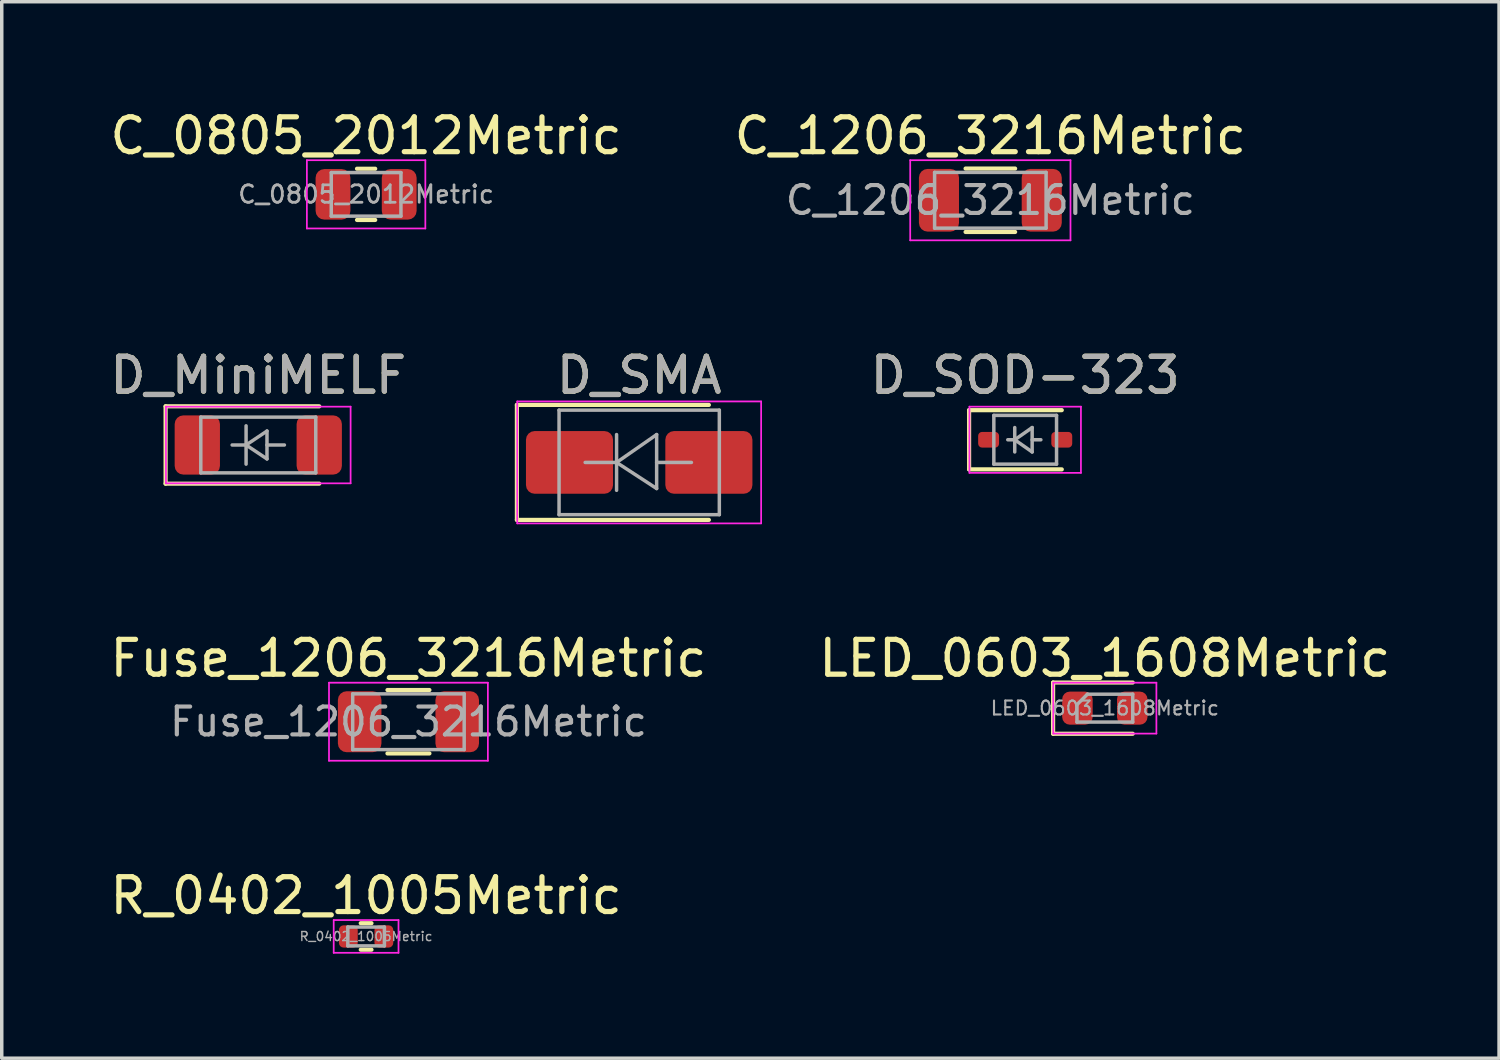
<source format=kicad_pcb>
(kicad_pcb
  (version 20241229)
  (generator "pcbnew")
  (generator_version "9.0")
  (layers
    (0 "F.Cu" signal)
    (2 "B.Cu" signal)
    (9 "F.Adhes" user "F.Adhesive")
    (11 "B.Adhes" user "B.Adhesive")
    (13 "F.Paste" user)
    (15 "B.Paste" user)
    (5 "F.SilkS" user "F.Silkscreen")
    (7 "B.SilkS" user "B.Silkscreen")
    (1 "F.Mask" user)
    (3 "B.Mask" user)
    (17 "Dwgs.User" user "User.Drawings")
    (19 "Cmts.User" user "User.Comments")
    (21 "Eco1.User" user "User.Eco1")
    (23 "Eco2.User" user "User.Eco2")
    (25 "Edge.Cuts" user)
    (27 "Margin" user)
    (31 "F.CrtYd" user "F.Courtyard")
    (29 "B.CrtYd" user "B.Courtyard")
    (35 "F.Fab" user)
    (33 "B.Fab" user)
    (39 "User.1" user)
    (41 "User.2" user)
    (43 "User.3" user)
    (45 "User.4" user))
  (footprint "D_SOD-323"
    (layer "F.Cu")
    (at 26.375 9.572)
    (property "Reference" "D_SOD-323" (at 0 -1.85 0) (layer "F.SilkS") (effects (font (size 1 1) (thickness 0.15))))
    (attr smd)
    (fp_line (start -1.61 -0.85) (end -1.61 0.85) (stroke (width 0.12) (type solid)) (layer "F.SilkS"))
    (fp_line (start -1.61 -0.85) (end 1.05 -0.85) (stroke (width 0.12) (type solid)) (layer "F.SilkS"))
    (fp_line (start -1.61 0.85) (end 1.05 0.85) (stroke (width 0.12) (type solid)) (layer "F.SilkS"))
    (fp_line (start -1.6 -0.95) (end -1.6 0.95) (stroke (width 0.05) (type solid)) (layer "F.CrtYd"))
    (fp_line (start -1.6 -0.95) (end 1.6 -0.95) (stroke (width 0.05) (type solid)) (layer "F.CrtYd"))
    (fp_line (start -1.6 0.95) (end 1.6 0.95) (stroke (width 0.05) (type solid)) (layer "F.CrtYd"))
    (fp_line (start 1.6 -0.95) (end 1.6 0.95) (stroke (width 0.05) (type solid)) (layer "F.CrtYd"))
    (fp_line (start -0.9 -0.7) (end 0.9 -0.7) (stroke (width 0.1) (type solid)) (layer "F.Fab"))
    (fp_line (start -0.9 0.7) (end -0.9 -0.7) (stroke (width 0.1) (type solid)) (layer "F.Fab"))
    (fp_line (start -0.3 -0.35) (end -0.3 0.35) (stroke (width 0.1) (type solid)) (layer "F.Fab"))
    (fp_line (start -0.3 0) (end -0.5 0) (stroke (width 0.1) (type solid)) (layer "F.Fab"))
    (fp_line (start -0.3 0) (end 0.2 -0.35) (stroke (width 0.1) (type solid)) (layer "F.Fab"))
    (fp_line (start 0.2 -0.35) (end 0.2 0.35) (stroke (width 0.1) (type solid)) (layer "F.Fab"))
    (fp_line (start 0.2 0) (end 0.45 0) (stroke (width 0.1) (type solid)) (layer "F.Fab"))
    (fp_line (start 0.2 0.35) (end -0.3 0) (stroke (width 0.1) (type solid)) (layer "F.Fab"))
    (fp_line (start 0.9 -0.7) (end 0.9 0.7) (stroke (width 0.1) (type solid)) (layer "F.Fab"))
    (fp_line (start 0.9 0.7) (end -0.9 0.7) (stroke (width 0.1) (type solid)) (layer "F.Fab"))
    (fp_text user "${REFERENCE}" (at 0 -1.85 0) (layer "F.Fab") (effects (font (size 1 1) (thickness 0.15))))
    (pad "1" smd roundrect (at -1.05 0) (size 0.6 0.45) (layers "F.Cu" "F.Mask" "F.Paste") (roundrect_rratio 0.25))
    (pad "2" smd roundrect (at 1.05 0) (size 0.6 0.45) (layers "F.Cu" "F.Mask" "F.Paste") (roundrect_rratio 0.25)))
  (footprint "D_MiniMELF"
    (layer "F.Cu")
    (at 4.363 9.722)
    (property "Reference" "D_MiniMELF" (at 0 -2 0) (layer "F.SilkS") (effects (font (size 1 1) (thickness 0.15))))
    (attr smd)
    (fp_line (start -2.66 -1.11) (end -2.66 1.11) (stroke (width 0.12) (type solid)) (layer "F.SilkS"))
    (fp_line (start -2.66 1.11) (end 1.75 1.11) (stroke (width 0.12) (type solid)) (layer "F.SilkS"))
    (fp_line (start 1.75 -1.11) (end -2.66 -1.11) (stroke (width 0.12) (type solid)) (layer "F.SilkS"))
    (fp_line (start -2.65 -1.1) (end 2.65 -1.1) (stroke (width 0.05) (type solid)) (layer "F.CrtYd"))
    (fp_line (start -2.65 1.1) (end -2.65 -1.1) (stroke (width 0.05) (type solid)) (layer "F.CrtYd"))
    (fp_line (start 2.65 -1.1) (end 2.65 1.1) (stroke (width 0.05) (type solid)) (layer "F.CrtYd"))
    (fp_line (start 2.65 1.1) (end -2.65 1.1) (stroke (width 0.05) (type solid)) (layer "F.CrtYd"))
    (fp_line (start -1.65 -0.8) (end 1.65 -0.8) (stroke (width 0.1) (type solid)) (layer "F.Fab"))
    (fp_line (start -1.65 0.8) (end -1.65 -0.8) (stroke (width 0.1) (type solid)) (layer "F.Fab"))
    (fp_line (start -0.75 0) (end -0.35 0) (stroke (width 0.1) (type solid)) (layer "F.Fab"))
    (fp_line (start -0.35 0) (end -0.35 -0.55) (stroke (width 0.1) (type solid)) (layer "F.Fab"))
    (fp_line (start -0.35 0) (end -0.35 0.55) (stroke (width 0.1) (type solid)) (layer "F.Fab"))
    (fp_line (start -0.35 0) (end 0.25 -0.4) (stroke (width 0.1) (type solid)) (layer "F.Fab"))
    (fp_line (start 0.25 -0.4) (end 0.25 0.4) (stroke (width 0.1) (type solid)) (layer "F.Fab"))
    (fp_line (start 0.25 0) (end 0.75 0) (stroke (width 0.1) (type solid)) (layer "F.Fab"))
    (fp_line (start 0.25 0.4) (end -0.35 0) (stroke (width 0.1) (type solid)) (layer "F.Fab"))
    (fp_line (start 1.65 -0.8) (end 1.65 0.8) (stroke (width 0.1) (type solid)) (layer "F.Fab"))
    (fp_line (start 1.65 0.8) (end -1.65 0.8) (stroke (width 0.1) (type solid)) (layer "F.Fab"))
    (fp_text user "${REFERENCE}" (at 0 -2 0) (layer "F.Fab") (effects (font (size 1 1) (thickness 0.15))))
    (pad "1" smd roundrect (at -1.75 0) (size 1.3 1.7) (layers "F.Cu" "F.Mask" "F.Paste") (roundrect_rratio 0.192))
    (pad "2" smd roundrect (at 1.75 0) (size 1.3 1.7) (layers "F.Cu" "F.Mask" "F.Paste") (roundrect_rratio 0.192)))
  (footprint "C_0805_2012Metric"
    (layer "F.Cu")
    (at 7.458 2.528)
    (property "Reference" "C_0805_2012Metric" (at 0 -1.68 0) (layer "F.SilkS") (effects (font (size 1 1) (thickness 0.15))))
    (attr smd)
    (fp_line (start -0.261 -0.735) (end 0.261 -0.735) (stroke (width 0.12) (type solid)) (layer "F.SilkS"))
    (fp_line (start -0.261 0.735) (end 0.261 0.735) (stroke (width 0.12) (type solid)) (layer "F.SilkS"))
    (fp_line (start -1.7 -0.98) (end 1.7 -0.98) (stroke (width 0.05) (type solid)) (layer "F.CrtYd"))
    (fp_line (start -1.7 0.98) (end -1.7 -0.98) (stroke (width 0.05) (type solid)) (layer "F.CrtYd"))
    (fp_line (start 1.7 -0.98) (end 1.7 0.98) (stroke (width 0.05) (type solid)) (layer "F.CrtYd"))
    (fp_line (start 1.7 0.98) (end -1.7 0.98) (stroke (width 0.05) (type solid)) (layer "F.CrtYd"))
    (fp_line (start -1 -0.625) (end 1 -0.625) (stroke (width 0.1) (type solid)) (layer "F.Fab"))
    (fp_line (start -1 0.625) (end -1 -0.625) (stroke (width 0.1) (type solid)) (layer "F.Fab"))
    (fp_line (start 1 -0.625) (end 1 0.625) (stroke (width 0.1) (type solid)) (layer "F.Fab"))
    (fp_line (start 1 0.625) (end -1 0.625) (stroke (width 0.1) (type solid)) (layer "F.Fab"))
    (fp_text user "${REFERENCE}" (at 0 0 0) (layer "F.Fab") (effects (font (size 0.5 0.5) (thickness 0.08))))
    (pad "1" smd roundrect (at -0.95 0) (size 1 1.45) (layers "F.Cu" "F.Mask" "F.Paste") (roundrect_rratio 0.25))
    (pad "2" smd roundrect (at 0.95 0) (size 1 1.45) (layers "F.Cu" "F.Mask" "F.Paste") (roundrect_rratio 0.25)))
  (footprint "D_SMA"
    (layer "F.Cu")
    (at 15.296 10.222)
    (property "Reference" "D_SMA" (at 0 -2.5 0) (layer "F.SilkS") (effects (font (size 1 1) (thickness 0.15))))
    (attr smd)
    (fp_line (start -3.51 -1.65) (end -3.51 1.65) (stroke (width 0.12) (type solid)) (layer "F.SilkS"))
    (fp_line (start -3.51 -1.65) (end 2 -1.65) (stroke (width 0.12) (type solid)) (layer "F.SilkS"))
    (fp_line (start -3.51 1.65) (end 2 1.65) (stroke (width 0.12) (type solid)) (layer "F.SilkS"))
    (fp_line (start -3.5 -1.75) (end 3.5 -1.75) (stroke (width 0.05) (type solid)) (layer "F.CrtYd"))
    (fp_line (start -3.5 1.75) (end -3.5 -1.75) (stroke (width 0.05) (type solid)) (layer "F.CrtYd"))
    (fp_line (start 3.5 -1.75) (end 3.5 1.75) (stroke (width 0.05) (type solid)) (layer "F.CrtYd"))
    (fp_line (start 3.5 1.75) (end -3.5 1.75) (stroke (width 0.05) (type solid)) (layer "F.CrtYd"))
    (fp_line (start -2.3 1.5) (end -2.3 -1.5) (stroke (width 0.1) (type solid)) (layer "F.Fab"))
    (fp_line (start -0.649 -0.799) (end -0.649 0.801) (stroke (width 0.1) (type solid)) (layer "F.Fab"))
    (fp_line (start -0.649 0.001) (end -1.551 0.001) (stroke (width 0.1) (type solid)) (layer "F.Fab"))
    (fp_line (start -0.649 0.001) (end 0.501 -0.799) (stroke (width 0.1) (type solid)) (layer "F.Fab"))
    (fp_line (start -0.649 0.001) (end 0.501 0.75) (stroke (width 0.1) (type solid)) (layer "F.Fab"))
    (fp_line (start 0.501 0.001) (end 1.499 0.001) (stroke (width 0.1) (type solid)) (layer "F.Fab"))
    (fp_line (start 0.501 0.75) (end 0.501 -0.799) (stroke (width 0.1) (type solid)) (layer "F.Fab"))
    (fp_line (start 2.3 -1.5) (end -2.3 -1.5) (stroke (width 0.1) (type solid)) (layer "F.Fab"))
    (fp_line (start 2.3 -1.5) (end 2.3 1.5) (stroke (width 0.1) (type solid)) (layer "F.Fab"))
    (fp_line (start 2.3 1.5) (end -2.3 1.5) (stroke (width 0.1) (type solid)) (layer "F.Fab"))
    (fp_text user "${REFERENCE}" (at 0 -2.5 0) (layer "F.Fab") (effects (font (size 1 1) (thickness 0.15))))
    (pad "1" smd roundrect (at -2 0) (size 2.5 1.8) (layers "F.Cu" "F.Mask" "F.Paste") (roundrect_rratio 0.139))
    (pad "2" smd roundrect (at 2 0) (size 2.5 1.8) (layers "F.Cu" "F.Mask" "F.Paste") (roundrect_rratio 0.139)))
  (footprint "R_0402_1005Metric"
    (layer "F.Cu")
    (at 7.458 23.828)
    (property "Reference" "R_0402_1005Metric" (at 0 -1.17 0) (layer "F.SilkS") (effects (font (size 1 1) (thickness 0.15))))
    (attr smd)
    (fp_line (start -0.154 -0.38) (end 0.154 -0.38) (stroke (width 0.12) (type solid)) (layer "F.SilkS"))
    (fp_line (start -0.154 0.38) (end 0.154 0.38) (stroke (width 0.12) (type solid)) (layer "F.SilkS"))
    (fp_line (start -0.93 -0.47) (end 0.93 -0.47) (stroke (width 0.05) (type solid)) (layer "F.CrtYd"))
    (fp_line (start -0.93 0.47) (end -0.93 -0.47) (stroke (width 0.05) (type solid)) (layer "F.CrtYd"))
    (fp_line (start 0.93 -0.47) (end 0.93 0.47) (stroke (width 0.05) (type solid)) (layer "F.CrtYd"))
    (fp_line (start 0.93 0.47) (end -0.93 0.47) (stroke (width 0.05) (type solid)) (layer "F.CrtYd"))
    (fp_line (start -0.525 -0.27) (end 0.525 -0.27) (stroke (width 0.1) (type solid)) (layer "F.Fab"))
    (fp_line (start -0.525 0.27) (end -0.525 -0.27) (stroke (width 0.1) (type solid)) (layer "F.Fab"))
    (fp_line (start 0.525 -0.27) (end 0.525 0.27) (stroke (width 0.1) (type solid)) (layer "F.Fab"))
    (fp_line (start 0.525 0.27) (end -0.525 0.27) (stroke (width 0.1) (type solid)) (layer "F.Fab"))
    (fp_text user "${REFERENCE}" (at 0 0 0) (layer "F.Fab") (effects (font (size 0.26 0.26) (thickness 0.04))))
    (pad "1" smd roundrect (at -0.51 0) (size 0.54 0.64) (layers "F.Cu" "F.Mask" "F.Paste") (roundrect_rratio 0.25))
    (pad "2" smd roundrect (at 0.51 0) (size 0.54 0.64) (layers "F.Cu" "F.Mask" "F.Paste") (roundrect_rratio 0.25)))
  (footprint "LED_0603_1608Metric"
    (layer "F.Cu")
    (at 28.661 17.275)
    (property "Reference" "LED_0603_1608Metric" (at 0 -1.43 0) (layer "F.SilkS") (effects (font (size 1 1) (thickness 0.15))))
    (attr smd)
    (fp_line (start -1.485 -0.735) (end -1.485 0.735) (stroke (width 0.12) (type solid)) (layer "F.SilkS"))
    (fp_line (start -1.485 0.735) (end 0.8 0.735) (stroke (width 0.12) (type solid)) (layer "F.SilkS"))
    (fp_line (start 0.8 -0.735) (end -1.485 -0.735) (stroke (width 0.12) (type solid)) (layer "F.SilkS"))
    (fp_line (start -1.48 -0.73) (end 1.48 -0.73) (stroke (width 0.05) (type solid)) (layer "F.CrtYd"))
    (fp_line (start -1.48 0.73) (end -1.48 -0.73) (stroke (width 0.05) (type solid)) (layer "F.CrtYd"))
    (fp_line (start 1.48 -0.73) (end 1.48 0.73) (stroke (width 0.05) (type solid)) (layer "F.CrtYd"))
    (fp_line (start 1.48 0.73) (end -1.48 0.73) (stroke (width 0.05) (type solid)) (layer "F.CrtYd"))
    (fp_line (start -0.8 -0.1) (end -0.8 0.4) (stroke (width 0.1) (type solid)) (layer "F.Fab"))
    (fp_line (start -0.8 0.4) (end 0.8 0.4) (stroke (width 0.1) (type solid)) (layer "F.Fab"))
    (fp_line (start -0.5 -0.4) (end -0.8 -0.1) (stroke (width 0.1) (type solid)) (layer "F.Fab"))
    (fp_line (start 0.8 -0.4) (end -0.5 -0.4) (stroke (width 0.1) (type solid)) (layer "F.Fab"))
    (fp_line (start 0.8 0.4) (end 0.8 -0.4) (stroke (width 0.1) (type solid)) (layer "F.Fab"))
    (fp_text user "${REFERENCE}" (at 0 0 0) (layer "F.Fab") (effects (font (size 0.4 0.4) (thickness 0.06))))
    (pad "1" smd roundrect (at -0.787 0) (size 0.875 0.95) (layers "F.Cu" "F.Mask" "F.Paste") (roundrect_rratio 0.25))
    (pad "2" smd roundrect (at 0.787 0) (size 0.875 0.95) (layers "F.Cu" "F.Mask" "F.Paste") (roundrect_rratio 0.25)))
  (footprint "Fuse_1206_3216Metric"
    (layer "F.Cu")
    (at 8.673 17.665)
    (property "Reference" "Fuse_1206_3216Metric" (at 0 -1.82 0) (layer "F.SilkS") (effects (font (size 1 1) (thickness 0.15))))
    (attr smd)
    (fp_line (start -0.602 -0.91) (end 0.602 -0.91) (stroke (width 0.12) (type solid)) (layer "F.SilkS"))
    (fp_line (start -0.602 0.91) (end 0.602 0.91) (stroke (width 0.12) (type solid)) (layer "F.SilkS"))
    (fp_line (start -2.28 -1.12) (end 2.28 -1.12) (stroke (width 0.05) (type solid)) (layer "F.CrtYd"))
    (fp_line (start -2.28 1.12) (end -2.28 -1.12) (stroke (width 0.05) (type solid)) (layer "F.CrtYd"))
    (fp_line (start 2.28 -1.12) (end 2.28 1.12) (stroke (width 0.05) (type solid)) (layer "F.CrtYd"))
    (fp_line (start 2.28 1.12) (end -2.28 1.12) (stroke (width 0.05) (type solid)) (layer "F.CrtYd"))
    (fp_line (start -1.6 -0.8) (end 1.6 -0.8) (stroke (width 0.1) (type solid)) (layer "F.Fab"))
    (fp_line (start -1.6 0.8) (end -1.6 -0.8) (stroke (width 0.1) (type solid)) (layer "F.Fab"))
    (fp_line (start 1.6 -0.8) (end 1.6 0.8) (stroke (width 0.1) (type solid)) (layer "F.Fab"))
    (fp_line (start 1.6 0.8) (end -1.6 0.8) (stroke (width 0.1) (type solid)) (layer "F.Fab"))
    (fp_text user "${REFERENCE}" (at 0 0 0) (layer "F.Fab") (effects (font (size 0.8 0.8) (thickness 0.12))))
    (pad "1" smd roundrect (at -1.4 0) (size 1.25 1.75) (layers "F.Cu" "F.Mask" "F.Paste") (roundrect_rratio 0.2))
    (pad "2" smd roundrect (at 1.4 0) (size 1.25 1.75) (layers "F.Cu" "F.Mask" "F.Paste") (roundrect_rratio 0.2)))
  (footprint "C_1206_3216Metric"
    (layer "F.Cu")
    (at 25.375 2.698)
    (property "Reference" "C_1206_3216Metric" (at 0 -1.85 0) (layer "F.SilkS") (effects (font (size 1 1) (thickness 0.15))))
    (attr smd)
    (fp_line (start -0.711 -0.91) (end 0.711 -0.91) (stroke (width 0.12) (type solid)) (layer "F.SilkS"))
    (fp_line (start -0.711 0.91) (end 0.711 0.91) (stroke (width 0.12) (type solid)) (layer "F.SilkS"))
    (fp_line (start -2.3 -1.15) (end 2.3 -1.15) (stroke (width 0.05) (type solid)) (layer "F.CrtYd"))
    (fp_line (start -2.3 1.15) (end -2.3 -1.15) (stroke (width 0.05) (type solid)) (layer "F.CrtYd"))
    (fp_line (start 2.3 -1.15) (end 2.3 1.15) (stroke (width 0.05) (type solid)) (layer "F.CrtYd"))
    (fp_line (start 2.3 1.15) (end -2.3 1.15) (stroke (width 0.05) (type solid)) (layer "F.CrtYd"))
    (fp_line (start -1.6 -0.8) (end 1.6 -0.8) (stroke (width 0.1) (type solid)) (layer "F.Fab"))
    (fp_line (start -1.6 0.8) (end -1.6 -0.8) (stroke (width 0.1) (type solid)) (layer "F.Fab"))
    (fp_line (start 1.6 -0.8) (end 1.6 0.8) (stroke (width 0.1) (type solid)) (layer "F.Fab"))
    (fp_line (start 1.6 0.8) (end -1.6 0.8) (stroke (width 0.1) (type solid)) (layer "F.Fab"))
    (fp_text user "${REFERENCE}" (at 0 0 0) (layer "F.Fab") (effects (font (size 0.8 0.8) (thickness 0.12))))
    (pad "1" smd roundrect (at -1.475 0) (size 1.15 1.8) (layers "F.Cu" "F.Mask" "F.Paste") (roundrect_rratio 0.217))
    (pad "2" smd roundrect (at 1.475 0) (size 1.15 1.8) (layers "F.Cu" "F.Mask" "F.Paste") (roundrect_rratio 0.217)))
  (gr_rect
    (start -3 -3)
    (end 39.976 27.323)
    (stroke (width 0.1) (type default))
    (fill no)
    (layer "Edge.Cuts")))
</source>
